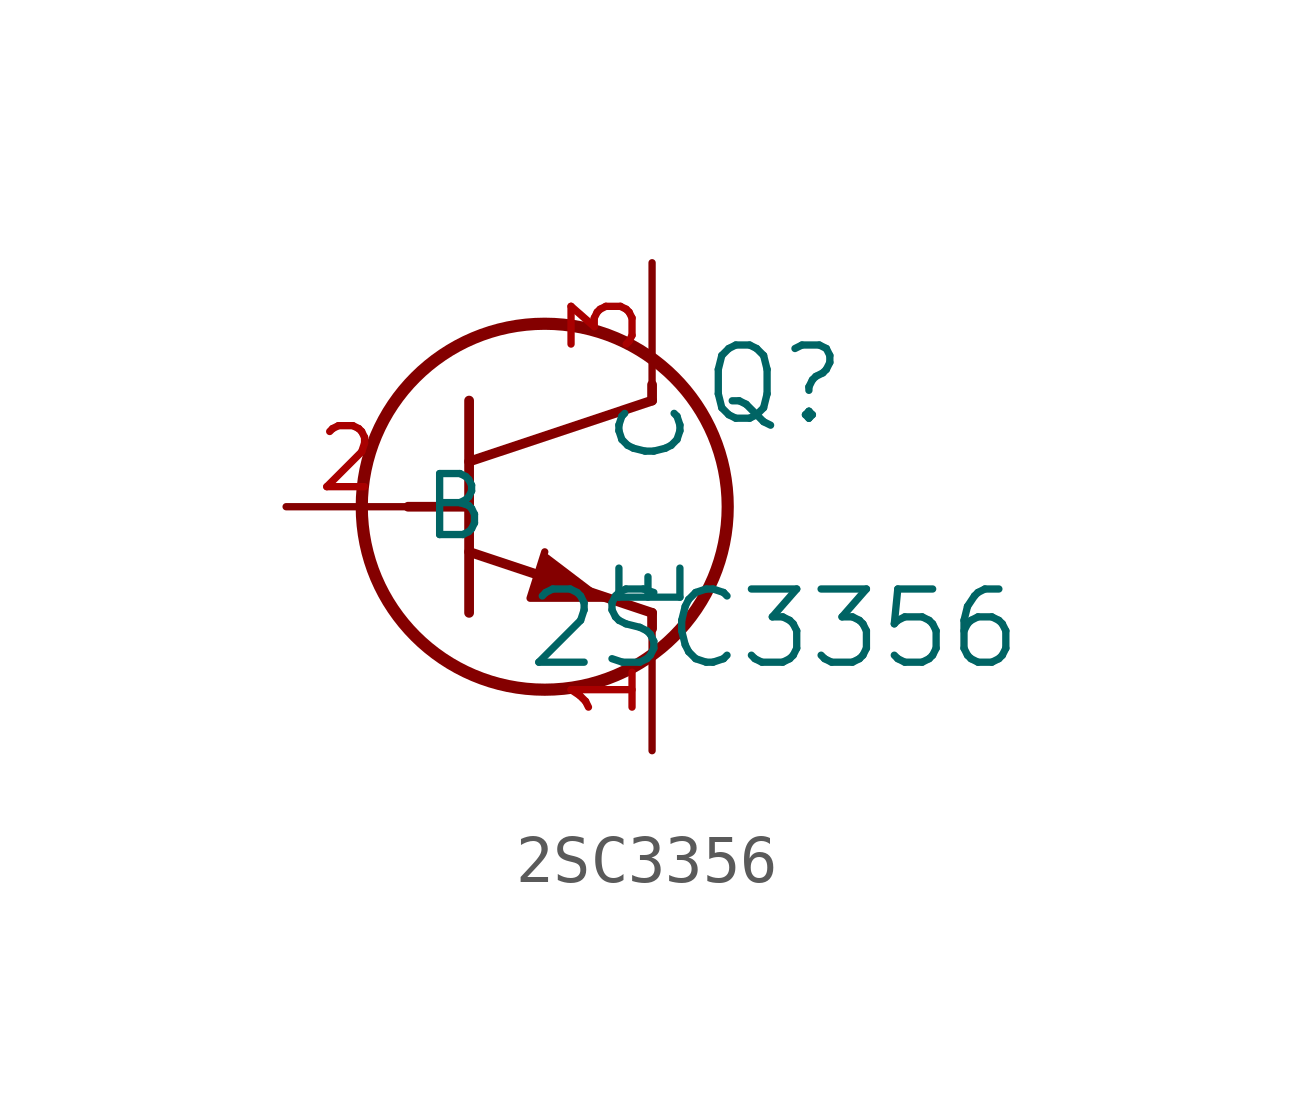
<source format=kicad_sym>
(kicad_symbol_lib
  (version 20211014)
  (generator kicad_symbol_editor)
  (symbol "2SC3356"
    (pin_names
      (offset 0.254))
    (property "Reference" "Q"
      (at 10.16 2.54 0)
      (effects (font (size 1.524 1.524))))
    (property "Value" "2SC3356"
      (at 10.16 -2.54 0)
      (effects (font (size 1.524 1.524))))
    (symbol "2SC3356_0_1"
      (circle (center 5.385 0) (radius 3.81) (stroke (width 0.254) (type default) (color 0 0 0 0)) (fill (type none)))
      (polyline (pts (xy 3.81 -2.21) (xy 3.81 2.21)) (stroke (width 0.203) (type default) (color 0 0 0 0)) (fill (type none)))
      (polyline (pts (xy 3.81 0.94) (xy 7.62 2.21)) (stroke (width 0.203) (type default) (color 0 0 0 0)) (fill (type none)))
      (polyline (pts (xy 3.81 -0.94) (xy 7.62 -2.21)) (stroke (width 0.203) (type default) (color 0 0 0 0)) (fill (type none)))
      (polyline (pts (xy 7.62 -2.54) (xy 7.62 -2.21)) (stroke (width 0.203) (type default) (color 0 0 0 0)) (fill (type none)))
      (polyline (pts (xy 7.62 2.21) (xy 7.62 2.54)) (stroke (width 0.203) (type default) (color 0 0 0 0)) (fill (type none)))
      (polyline (pts (xy 2.54 0) (xy 3.81 0)) (stroke (width 0.203) (type default) (color 0 0 0 0)) (fill (type none)))
      (polyline (pts (xy 5.385 -0.94) (xy 5.08 -1.905) (xy 6.655 -1.905)) (stroke (width 0) (type default) (color 0 0 0 0)) (fill (type outline)))
      (pin unspecified line (at 7.62 -5.08 90) (length 2.54) (name "E" (effects (font (size 1.27 1.27)))) (number "1" (effects (font (size 1.27 1.27)))))
      (pin unspecified line (at 0 0 0) (length 2.54) (name "B" (effects (font (size 1.27 1.27)))) (number "2" (effects (font (size 1.27 1.27)))))
      (pin unspecified line (at 7.62 5.08 270) (length 2.54) (name "C" (effects (font (size 1.27 1.27)))) (number "3" (effects (font (size 1.27 1.27))))))))
</source>
